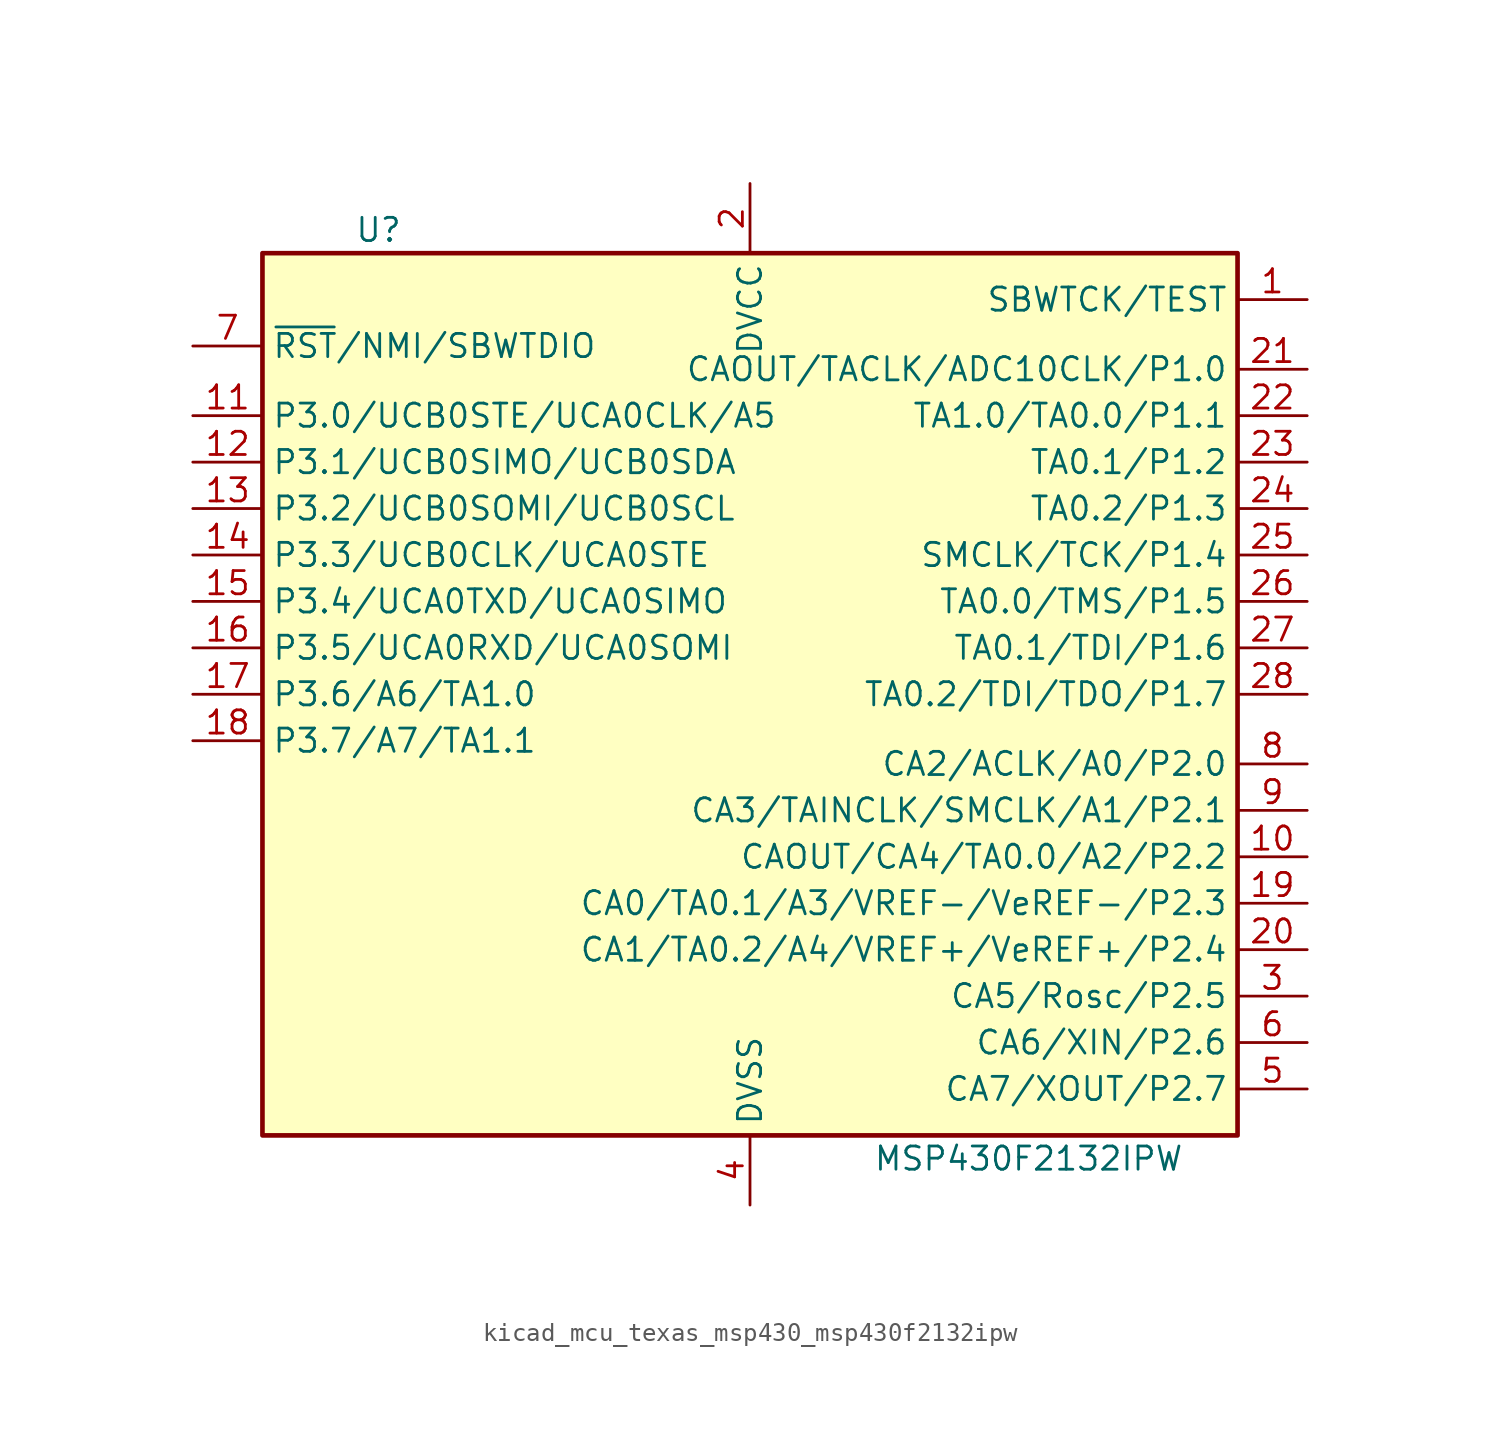
<source format=kicad_sym>
(kicad_symbol_lib
  (version 20220914)
  (generator kicad_symbol_editor)
  (symbol "kicad_mcu_texas_msp430_msp430f2132ipw"
    (property "Reference" "U"
      (at -20.32 25.4 0)
      (effects (font (size 1.27 1.27))))
    (property "Value" "MSP430F2132IPW"
      (at 15.24 -25.4 0)
      (effects (font (size 1.27 1.27))))
    (symbol "kicad_mcu_texas_msp430_msp430f2132ipw_0_1"
      (rectangle (start -26.67 24.13) (end 26.67 -24.13) (stroke (width 0.254) (type default)) (fill (type background))))
    (symbol "kicad_mcu_texas_msp430_msp430f2132ipw_1_1"
      (pin input line (at 30.48 21.59 180) (length 3.81) (name "SBWTCK/TEST" (effects (font (size 1.27 1.27)))) (number "1" (effects (font (size 1.27 1.27)))))
      (pin bidirectional line (at 30.48 -8.89 180) (length 3.81) (name "CAOUT/CA4/TA0.0/A2/P2.2" (effects (font (size 1.27 1.27)))) (number "10" (effects (font (size 1.27 1.27)))))
      (pin bidirectional line (at -30.48 15.24 0) (length 3.81) (name "P3.0/UCB0STE/UCA0CLK/A5" (effects (font (size 1.27 1.27)))) (number "11" (effects (font (size 1.27 1.27)))))
      (pin bidirectional line (at -30.48 12.7 0) (length 3.81) (name "P3.1/UCB0SIMO/UCB0SDA" (effects (font (size 1.27 1.27)))) (number "12" (effects (font (size 1.27 1.27)))))
      (pin bidirectional line (at -30.48 10.16 0) (length 3.81) (name "P3.2/UCB0SOMI/UCB0SCL" (effects (font (size 1.27 1.27)))) (number "13" (effects (font (size 1.27 1.27)))))
      (pin bidirectional line (at -30.48 7.62 0) (length 3.81) (name "P3.3/UCB0CLK/UCA0STE" (effects (font (size 1.27 1.27)))) (number "14" (effects (font (size 1.27 1.27)))))
      (pin bidirectional line (at -30.48 5.08 0) (length 3.81) (name "P3.4/UCA0TXD/UCA0SIMO" (effects (font (size 1.27 1.27)))) (number "15" (effects (font (size 1.27 1.27)))))
      (pin bidirectional line (at -30.48 2.54 0) (length 3.81) (name "P3.5/UCA0RXD/UCA0SOMI" (effects (font (size 1.27 1.27)))) (number "16" (effects (font (size 1.27 1.27)))))
      (pin bidirectional line (at -30.48 0 0) (length 3.81) (name "P3.6/A6/TA1.0" (effects (font (size 1.27 1.27)))) (number "17" (effects (font (size 1.27 1.27)))))
      (pin bidirectional line (at -30.48 -2.54 0) (length 3.81) (name "P3.7/A7/TA1.1" (effects (font (size 1.27 1.27)))) (number "18" (effects (font (size 1.27 1.27)))))
      (pin bidirectional line (at 30.48 -11.43 180) (length 3.81) (name "CA0/TA0.1/A3/VREF-/VeREF-/P2.3" (effects (font (size 1.27 1.27)))) (number "19" (effects (font (size 1.27 1.27)))))
      (pin power_in line (at 0 27.94 270) (length 3.81) (name "DVCC" (effects (font (size 1.27 1.27)))) (number "2" (effects (font (size 1.27 1.27)))))
      (pin bidirectional line (at 30.48 -13.97 180) (length 3.81) (name "CA1/TA0.2/A4/VREF+/VeREF+/P2.4" (effects (font (size 1.27 1.27)))) (number "20" (effects (font (size 1.27 1.27)))))
      (pin bidirectional line (at 30.48 17.78 180) (length 3.81) (name "CAOUT/TACLK/ADC10CLK/P1.0" (effects (font (size 1.27 1.27)))) (number "21" (effects (font (size 1.27 1.27)))))
      (pin bidirectional line (at 30.48 15.24 180) (length 3.81) (name "TA1.0/TA0.0/P1.1" (effects (font (size 1.27 1.27)))) (number "22" (effects (font (size 1.27 1.27)))))
      (pin bidirectional line (at 30.48 12.7 180) (length 3.81) (name "TA0.1/P1.2" (effects (font (size 1.27 1.27)))) (number "23" (effects (font (size 1.27 1.27)))))
      (pin bidirectional line (at 30.48 10.16 180) (length 3.81) (name "TA0.2/P1.3" (effects (font (size 1.27 1.27)))) (number "24" (effects (font (size 1.27 1.27)))))
      (pin bidirectional line (at 30.48 7.62 180) (length 3.81) (name "SMCLK/TCK/P1.4" (effects (font (size 1.27 1.27)))) (number "25" (effects (font (size 1.27 1.27)))))
      (pin bidirectional line (at 30.48 5.08 180) (length 3.81) (name "TA0.0/TMS/P1.5" (effects (font (size 1.27 1.27)))) (number "26" (effects (font (size 1.27 1.27)))))
      (pin bidirectional line (at 30.48 2.54 180) (length 3.81) (name "TA0.1/TDI/P1.6" (effects (font (size 1.27 1.27)))) (number "27" (effects (font (size 1.27 1.27)))))
      (pin bidirectional line (at 30.48 0 180) (length 3.81) (name "TA0.2/TDI/TDO/P1.7" (effects (font (size 1.27 1.27)))) (number "28" (effects (font (size 1.27 1.27)))))
      (pin bidirectional line (at 30.48 -16.51 180) (length 3.81) (name "CA5/Rosc/P2.5" (effects (font (size 1.27 1.27)))) (number "3" (effects (font (size 1.27 1.27)))))
      (pin power_in line (at 0 -27.94 90) (length 3.81) (name "DVSS" (effects (font (size 1.27 1.27)))) (number "4" (effects (font (size 1.27 1.27)))))
      (pin bidirectional line (at 30.48 -21.59 180) (length 3.81) (name "CA7/XOUT/P2.7" (effects (font (size 1.27 1.27)))) (number "5" (effects (font (size 1.27 1.27)))))
      (pin bidirectional line (at 30.48 -19.05 180) (length 3.81) (name "CA6/XIN/P2.6" (effects (font (size 1.27 1.27)))) (number "6" (effects (font (size 1.27 1.27)))))
      (pin bidirectional line (at -30.48 19.05 0) (length 3.81) (name "~{RST}/NMI/SBWTDIO" (effects (font (size 1.27 1.27)))) (number "7" (effects (font (size 1.27 1.27)))))
      (pin bidirectional line (at 30.48 -3.81 180) (length 3.81) (name "CA2/ACLK/A0/P2.0" (effects (font (size 1.27 1.27)))) (number "8" (effects (font (size 1.27 1.27)))))
      (pin bidirectional line (at 30.48 -6.35 180) (length 3.81) (name "CA3/TAINCLK/SMCLK/A1/P2.1" (effects (font (size 1.27 1.27)))) (number "9" (effects (font (size 1.27 1.27))))))))
</source>
